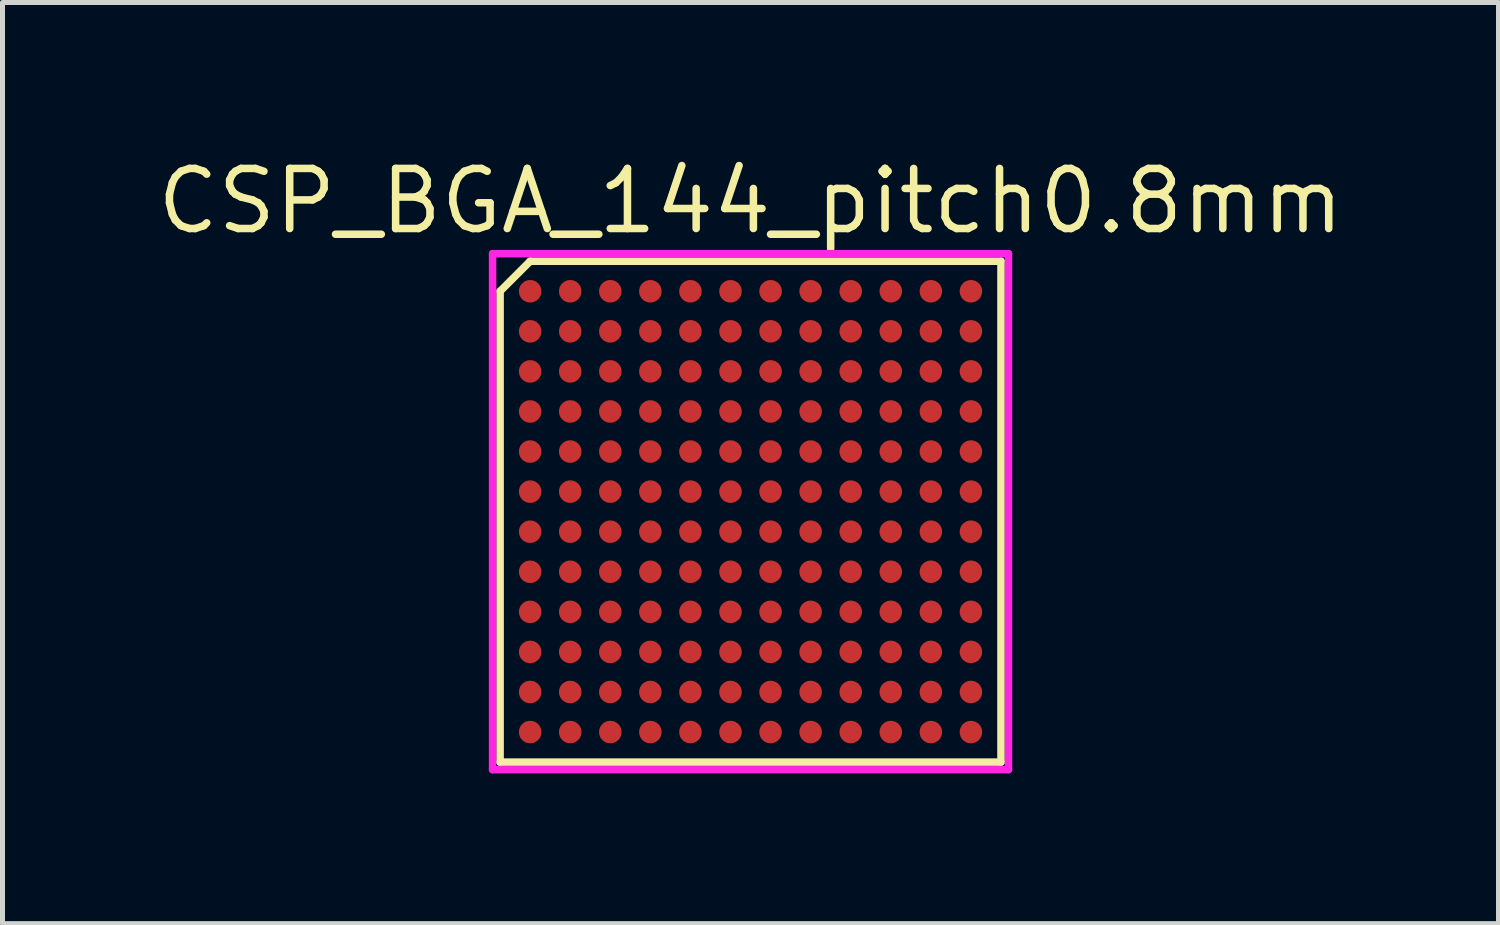
<source format=kicad_pcb>
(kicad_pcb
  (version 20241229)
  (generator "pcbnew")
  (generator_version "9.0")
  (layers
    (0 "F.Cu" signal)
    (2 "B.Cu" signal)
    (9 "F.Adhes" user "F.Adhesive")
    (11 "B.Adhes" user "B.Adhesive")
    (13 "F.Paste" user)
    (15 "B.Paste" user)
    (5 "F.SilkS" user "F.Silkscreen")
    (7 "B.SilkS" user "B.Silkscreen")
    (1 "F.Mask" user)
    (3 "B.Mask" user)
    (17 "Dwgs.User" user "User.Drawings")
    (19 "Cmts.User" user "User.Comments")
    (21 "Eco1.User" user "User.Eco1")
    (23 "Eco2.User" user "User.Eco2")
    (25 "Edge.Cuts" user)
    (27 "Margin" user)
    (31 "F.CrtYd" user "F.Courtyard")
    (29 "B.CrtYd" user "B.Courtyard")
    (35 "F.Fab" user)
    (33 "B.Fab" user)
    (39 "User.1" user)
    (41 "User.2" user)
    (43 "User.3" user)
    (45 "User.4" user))
  (footprint "CSP_BGA_144_pitch0.8mm"
    (layer "F.Cu")
    (at 11.934 7.165)
    (property "Reference" "CSP_BGA_144_pitch0.8mm" (at 0 -6.2 0) (layer "F.SilkS") (effects (font (size 1.2 1.2) (thickness 0.15))))
    (attr through_hole)
    (fp_line (start -5 -4.4) (end -5 5) (stroke (width 0.15) (type solid)) (layer "F.SilkS"))
    (fp_line (start -5 5) (end 5 5) (stroke (width 0.15) (type solid)) (layer "F.SilkS"))
    (fp_line (start -4.4 -5) (end -5 -4.4) (stroke (width 0.15) (type solid)) (layer "F.SilkS"))
    (fp_line (start 5 -5) (end -4.4 -5) (stroke (width 0.15) (type solid)) (layer "F.SilkS"))
    (fp_line (start 5 5) (end 5 -5) (stroke (width 0.15) (type solid)) (layer "F.SilkS"))
    (fp_line (start -5.15 -5.15) (end 5.15 -5.15) (stroke (width 0.15) (type solid)) (layer "F.CrtYd"))
    (fp_line (start -5.15 5.15) (end -5.15 -5.15) (stroke (width 0.15) (type solid)) (layer "F.CrtYd"))
    (fp_line (start 5.15 -5.15) (end 5.15 5.15) (stroke (width 0.15) (type solid)) (layer "F.CrtYd"))
    (fp_line (start 5.15 5.15) (end -5.15 5.15) (stroke (width 0.15) (type solid)) (layer "F.CrtYd"))
    (pad "A1" smd circle (at -4.4 -4.4) (size 0.45 0.45) (layers "F.Cu" "F.Mask" "F.Paste"))
    (pad "A2" smd circle (at -3.6 -4.4) (size 0.45 0.45) (layers "F.Cu" "F.Mask" "F.Paste"))
    (pad "A3" smd circle (at -2.8 -4.4) (size 0.45 0.45) (layers "F.Cu" "F.Mask" "F.Paste"))
    (pad "A4" smd circle (at -2 -4.4) (size 0.45 0.45) (layers "F.Cu" "F.Mask" "F.Paste"))
    (pad "A5" smd circle (at -1.2 -4.4) (size 0.45 0.45) (layers "F.Cu" "F.Mask" "F.Paste"))
    (pad "A6" smd circle (at -0.4 -4.4) (size 0.45 0.45) (layers "F.Cu" "F.Mask" "F.Paste"))
    (pad "A7" smd circle (at 0.4 -4.4) (size 0.45 0.45) (layers "F.Cu" "F.Mask" "F.Paste"))
    (pad "A8" smd circle (at 1.2 -4.4) (size 0.45 0.45) (layers "F.Cu" "F.Mask" "F.Paste"))
    (pad "A9" smd circle (at 2 -4.4) (size 0.45 0.45) (layers "F.Cu" "F.Mask" "F.Paste"))
    (pad "A10" smd circle (at 2.8 -4.4) (size 0.45 0.45) (layers "F.Cu" "F.Mask" "F.Paste"))
    (pad "A11" smd circle (at 3.6 -4.4) (size 0.45 0.45) (layers "F.Cu" "F.Mask" "F.Paste"))
    (pad "A12" smd circle (at 4.4 -4.4) (size 0.45 0.45) (layers "F.Cu" "F.Mask" "F.Paste"))
    (pad "B1" smd circle (at -4.4 -3.6) (size 0.45 0.45) (layers "F.Cu" "F.Mask" "F.Paste"))
    (pad "B2" smd circle (at -3.6 -3.6) (size 0.45 0.45) (layers "F.Cu" "F.Mask" "F.Paste"))
    (pad "B3" smd circle (at -2.8 -3.6) (size 0.45 0.45) (layers "F.Cu" "F.Mask" "F.Paste"))
    (pad "B4" smd circle (at -2 -3.6) (size 0.45 0.45) (layers "F.Cu" "F.Mask" "F.Paste"))
    (pad "B5" smd circle (at -1.2 -3.6) (size 0.45 0.45) (layers "F.Cu" "F.Mask" "F.Paste"))
    (pad "B6" smd circle (at -0.4 -3.6) (size 0.45 0.45) (layers "F.Cu" "F.Mask" "F.Paste"))
    (pad "B7" smd circle (at 0.4 -3.6) (size 0.45 0.45) (layers "F.Cu" "F.Mask" "F.Paste"))
    (pad "B8" smd circle (at 1.2 -3.6) (size 0.45 0.45) (layers "F.Cu" "F.Mask" "F.Paste"))
    (pad "B9" smd circle (at 2 -3.6) (size 0.45 0.45) (layers "F.Cu" "F.Mask" "F.Paste"))
    (pad "B10" smd circle (at 2.8 -3.6) (size 0.45 0.45) (layers "F.Cu" "F.Mask" "F.Paste"))
    (pad "B11" smd circle (at 3.6 -3.6) (size 0.45 0.45) (layers "F.Cu" "F.Mask" "F.Paste"))
    (pad "B12" smd circle (at 4.4 -3.6) (size 0.45 0.45) (layers "F.Cu" "F.Mask" "F.Paste"))
    (pad "C1" smd circle (at -4.4 -2.8) (size 0.45 0.45) (layers "F.Cu" "F.Mask" "F.Paste"))
    (pad "C2" smd circle (at -3.6 -2.8) (size 0.45 0.45) (layers "F.Cu" "F.Mask" "F.Paste"))
    (pad "C3" smd circle (at -2.8 -2.8) (size 0.45 0.45) (layers "F.Cu" "F.Mask" "F.Paste"))
    (pad "C4" smd circle (at -2 -2.8) (size 0.45 0.45) (layers "F.Cu" "F.Mask" "F.Paste"))
    (pad "C5" smd circle (at -1.2 -2.8) (size 0.45 0.45) (layers "F.Cu" "F.Mask" "F.Paste"))
    (pad "C6" smd circle (at -0.4 -2.8) (size 0.45 0.45) (layers "F.Cu" "F.Mask" "F.Paste"))
    (pad "C7" smd circle (at 0.4 -2.8) (size 0.45 0.45) (layers "F.Cu" "F.Mask" "F.Paste"))
    (pad "C8" smd circle (at 1.2 -2.8) (size 0.45 0.45) (layers "F.Cu" "F.Mask" "F.Paste"))
    (pad "C9" smd circle (at 2 -2.8) (size 0.45 0.45) (layers "F.Cu" "F.Mask" "F.Paste"))
    (pad "C10" smd circle (at 2.8 -2.8) (size 0.45 0.45) (layers "F.Cu" "F.Mask" "F.Paste"))
    (pad "C11" smd circle (at 3.6 -2.8) (size 0.45 0.45) (layers "F.Cu" "F.Mask" "F.Paste"))
    (pad "C12" smd circle (at 4.4 -2.8) (size 0.45 0.45) (layers "F.Cu" "F.Mask" "F.Paste"))
    (pad "D1" smd circle (at -4.4 -2) (size 0.45 0.45) (layers "F.Cu" "F.Mask" "F.Paste"))
    (pad "D2" smd circle (at -3.6 -2) (size 0.45 0.45) (layers "F.Cu" "F.Mask" "F.Paste"))
    (pad "D3" smd circle (at -2.8 -2) (size 0.45 0.45) (layers "F.Cu" "F.Mask" "F.Paste"))
    (pad "D4" smd circle (at -2 -2) (size 0.45 0.45) (layers "F.Cu" "F.Mask" "F.Paste"))
    (pad "D5" smd circle (at -1.2 -2) (size 0.45 0.45) (layers "F.Cu" "F.Mask" "F.Paste"))
    (pad "D6" smd circle (at -0.4 -2) (size 0.45 0.45) (layers "F.Cu" "F.Mask" "F.Paste"))
    (pad "D7" smd circle (at 0.4 -2) (size 0.45 0.45) (layers "F.Cu" "F.Mask" "F.Paste"))
    (pad "D8" smd circle (at 1.2 -2) (size 0.45 0.45) (layers "F.Cu" "F.Mask" "F.Paste"))
    (pad "D9" smd circle (at 2 -2) (size 0.45 0.45) (layers "F.Cu" "F.Mask" "F.Paste"))
    (pad "D10" smd circle (at 2.8 -2) (size 0.45 0.45) (layers "F.Cu" "F.Mask" "F.Paste"))
    (pad "D11" smd circle (at 3.6 -2) (size 0.45 0.45) (layers "F.Cu" "F.Mask" "F.Paste"))
    (pad "D12" smd circle (at 4.4 -2) (size 0.45 0.45) (layers "F.Cu" "F.Mask" "F.Paste"))
    (pad "E1" smd circle (at -4.4 -1.2) (size 0.45 0.45) (layers "F.Cu" "F.Mask" "F.Paste"))
    (pad "E2" smd circle (at -3.6 -1.2) (size 0.45 0.45) (layers "F.Cu" "F.Mask" "F.Paste"))
    (pad "E3" smd circle (at -2.8 -1.2) (size 0.45 0.45) (layers "F.Cu" "F.Mask" "F.Paste"))
    (pad "E4" smd circle (at -2 -1.2) (size 0.45 0.45) (layers "F.Cu" "F.Mask" "F.Paste"))
    (pad "E5" smd circle (at -1.2 -1.2) (size 0.45 0.45) (layers "F.Cu" "F.Mask" "F.Paste"))
    (pad "E6" smd circle (at -0.4 -1.2) (size 0.45 0.45) (layers "F.Cu" "F.Mask" "F.Paste"))
    (pad "E7" smd circle (at 0.4 -1.2) (size 0.45 0.45) (layers "F.Cu" "F.Mask" "F.Paste"))
    (pad "E8" smd circle (at 1.2 -1.2) (size 0.45 0.45) (layers "F.Cu" "F.Mask" "F.Paste"))
    (pad "E9" smd circle (at 2 -1.2) (size 0.45 0.45) (layers "F.Cu" "F.Mask" "F.Paste"))
    (pad "E10" smd circle (at 2.8 -1.2) (size 0.45 0.45) (layers "F.Cu" "F.Mask" "F.Paste"))
    (pad "E11" smd circle (at 3.6 -1.2) (size 0.45 0.45) (layers "F.Cu" "F.Mask" "F.Paste"))
    (pad "E12" smd circle (at 4.4 -1.2) (size 0.45 0.45) (layers "F.Cu" "F.Mask" "F.Paste"))
    (pad "F1" smd circle (at -4.4 -0.4) (size 0.45 0.45) (layers "F.Cu" "F.Mask" "F.Paste"))
    (pad "F2" smd circle (at -3.6 -0.4) (size 0.45 0.45) (layers "F.Cu" "F.Mask" "F.Paste"))
    (pad "F3" smd circle (at -2.8 -0.4) (size 0.45 0.45) (layers "F.Cu" "F.Mask" "F.Paste"))
    (pad "F4" smd circle (at -2 -0.4) (size 0.45 0.45) (layers "F.Cu" "F.Mask" "F.Paste"))
    (pad "F5" smd circle (at -1.2 -0.4) (size 0.45 0.45) (layers "F.Cu" "F.Mask" "F.Paste"))
    (pad "F6" smd circle (at -0.4 -0.4) (size 0.45 0.45) (layers "F.Cu" "F.Mask" "F.Paste"))
    (pad "F7" smd circle (at 0.4 -0.4) (size 0.45 0.45) (layers "F.Cu" "F.Mask" "F.Paste"))
    (pad "F8" smd circle (at 1.2 -0.4) (size 0.45 0.45) (layers "F.Cu" "F.Mask" "F.Paste"))
    (pad "F9" smd circle (at 2 -0.4) (size 0.45 0.45) (layers "F.Cu" "F.Mask" "F.Paste"))
    (pad "F10" smd circle (at 2.8 -0.4) (size 0.45 0.45) (layers "F.Cu" "F.Mask" "F.Paste"))
    (pad "F11" smd circle (at 3.6 -0.4) (size 0.45 0.45) (layers "F.Cu" "F.Mask" "F.Paste"))
    (pad "F12" smd circle (at 4.4 -0.4) (size 0.45 0.45) (layers "F.Cu" "F.Mask" "F.Paste"))
    (pad "G1" smd circle (at -4.4 0.4) (size 0.45 0.45) (layers "F.Cu" "F.Mask" "F.Paste"))
    (pad "G2" smd circle (at -3.6 0.4) (size 0.45 0.45) (layers "F.Cu" "F.Mask" "F.Paste"))
    (pad "G3" smd circle (at -2.8 0.4) (size 0.45 0.45) (layers "F.Cu" "F.Mask" "F.Paste"))
    (pad "G4" smd circle (at -2 0.4) (size 0.45 0.45) (layers "F.Cu" "F.Mask" "F.Paste"))
    (pad "G5" smd circle (at -1.2 0.4) (size 0.45 0.45) (layers "F.Cu" "F.Mask" "F.Paste"))
    (pad "G6" smd circle (at -0.4 0.4) (size 0.45 0.45) (layers "F.Cu" "F.Mask" "F.Paste"))
    (pad "G7" smd circle (at 0.4 0.4) (size 0.45 0.45) (layers "F.Cu" "F.Mask" "F.Paste"))
    (pad "G8" smd circle (at 1.2 0.4) (size 0.45 0.45) (layers "F.Cu" "F.Mask" "F.Paste"))
    (pad "G9" smd circle (at 2 0.4) (size 0.45 0.45) (layers "F.Cu" "F.Mask" "F.Paste"))
    (pad "G10" smd circle (at 2.8 0.4) (size 0.45 0.45) (layers "F.Cu" "F.Mask" "F.Paste"))
    (pad "G11" smd circle (at 3.6 0.4) (size 0.45 0.45) (layers "F.Cu" "F.Mask" "F.Paste"))
    (pad "G12" smd circle (at 4.4 0.4) (size 0.45 0.45) (layers "F.Cu" "F.Mask" "F.Paste"))
    (pad "H1" smd circle (at -4.4 1.2) (size 0.45 0.45) (layers "F.Cu" "F.Mask" "F.Paste"))
    (pad "H2" smd circle (at -3.6 1.2) (size 0.45 0.45) (layers "F.Cu" "F.Mask" "F.Paste"))
    (pad "H3" smd circle (at -2.8 1.2) (size 0.45 0.45) (layers "F.Cu" "F.Mask" "F.Paste"))
    (pad "H4" smd circle (at -2 1.2) (size 0.45 0.45) (layers "F.Cu" "F.Mask" "F.Paste"))
    (pad "H5" smd circle (at -1.2 1.2) (size 0.45 0.45) (layers "F.Cu" "F.Mask" "F.Paste"))
    (pad "H6" smd circle (at -0.4 1.2) (size 0.45 0.45) (layers "F.Cu" "F.Mask" "F.Paste"))
    (pad "H7" smd circle (at 0.4 1.2) (size 0.45 0.45) (layers "F.Cu" "F.Mask" "F.Paste"))
    (pad "H8" smd circle (at 1.2 1.2) (size 0.45 0.45) (layers "F.Cu" "F.Mask" "F.Paste"))
    (pad "H9" smd circle (at 2 1.2) (size 0.45 0.45) (layers "F.Cu" "F.Mask" "F.Paste"))
    (pad "H10" smd circle (at 2.8 1.2) (size 0.45 0.45) (layers "F.Cu" "F.Mask" "F.Paste"))
    (pad "H11" smd circle (at 3.6 1.2) (size 0.45 0.45) (layers "F.Cu" "F.Mask" "F.Paste"))
    (pad "H12" smd circle (at 4.4 1.2) (size 0.45 0.45) (layers "F.Cu" "F.Mask" "F.Paste"))
    (pad "J1" smd circle (at -4.4 2) (size 0.45 0.45) (layers "F.Cu" "F.Mask" "F.Paste"))
    (pad "J2" smd circle (at -3.6 2) (size 0.45 0.45) (layers "F.Cu" "F.Mask" "F.Paste"))
    (pad "J3" smd circle (at -2.8 2) (size 0.45 0.45) (layers "F.Cu" "F.Mask" "F.Paste"))
    (pad "J4" smd circle (at -2 2) (size 0.45 0.45) (layers "F.Cu" "F.Mask" "F.Paste"))
    (pad "J5" smd circle (at -1.2 2) (size 0.45 0.45) (layers "F.Cu" "F.Mask" "F.Paste"))
    (pad "J6" smd circle (at -0.4 2) (size 0.45 0.45) (layers "F.Cu" "F.Mask" "F.Paste"))
    (pad "J7" smd circle (at 0.4 2) (size 0.45 0.45) (layers "F.Cu" "F.Mask" "F.Paste"))
    (pad "J8" smd circle (at 1.2 2) (size 0.45 0.45) (layers "F.Cu" "F.Mask" "F.Paste"))
    (pad "J9" smd circle (at 2 2) (size 0.45 0.45) (layers "F.Cu" "F.Mask" "F.Paste"))
    (pad "J10" smd circle (at 2.8 2) (size 0.45 0.45) (layers "F.Cu" "F.Mask" "F.Paste"))
    (pad "J11" smd circle (at 3.6 2) (size 0.45 0.45) (layers "F.Cu" "F.Mask" "F.Paste"))
    (pad "J12" smd circle (at 4.4 2) (size 0.45 0.45) (layers "F.Cu" "F.Mask" "F.Paste"))
    (pad "K1" smd circle (at -4.4 2.8) (size 0.45 0.45) (layers "F.Cu" "F.Mask" "F.Paste"))
    (pad "K2" smd circle (at -3.6 2.8) (size 0.45 0.45) (layers "F.Cu" "F.Mask" "F.Paste"))
    (pad "K3" smd circle (at -2.8 2.8) (size 0.45 0.45) (layers "F.Cu" "F.Mask" "F.Paste"))
    (pad "K4" smd circle (at -2 2.8) (size 0.45 0.45) (layers "F.Cu" "F.Mask" "F.Paste"))
    (pad "K5" smd circle (at -1.2 2.8) (size 0.45 0.45) (layers "F.Cu" "F.Mask" "F.Paste"))
    (pad "K6" smd circle (at -0.4 2.8) (size 0.45 0.45) (layers "F.Cu" "F.Mask" "F.Paste"))
    (pad "K7" smd circle (at 0.4 2.8) (size 0.45 0.45) (layers "F.Cu" "F.Mask" "F.Paste"))
    (pad "K8" smd circle (at 1.2 2.8) (size 0.45 0.45) (layers "F.Cu" "F.Mask" "F.Paste"))
    (pad "K9" smd circle (at 2 2.8) (size 0.45 0.45) (layers "F.Cu" "F.Mask" "F.Paste"))
    (pad "K10" smd circle (at 2.8 2.8) (size 0.45 0.45) (layers "F.Cu" "F.Mask" "F.Paste"))
    (pad "K11" smd circle (at 3.6 2.8) (size 0.45 0.45) (layers "F.Cu" "F.Mask" "F.Paste"))
    (pad "K12" smd circle (at 4.4 2.8) (size 0.45 0.45) (layers "F.Cu" "F.Mask" "F.Paste"))
    (pad "L1" smd circle (at -4.4 3.6) (size 0.45 0.45) (layers "F.Cu" "F.Mask" "F.Paste"))
    (pad "L2" smd circle (at -3.6 3.6) (size 0.45 0.45) (layers "F.Cu" "F.Mask" "F.Paste"))
    (pad "L3" smd circle (at -2.8 3.6) (size 0.45 0.45) (layers "F.Cu" "F.Mask" "F.Paste"))
    (pad "L4" smd circle (at -2 3.6) (size 0.45 0.45) (layers "F.Cu" "F.Mask" "F.Paste"))
    (pad "L5" smd circle (at -1.2 3.6) (size 0.45 0.45) (layers "F.Cu" "F.Mask" "F.Paste"))
    (pad "L6" smd circle (at -0.4 3.6) (size 0.45 0.45) (layers "F.Cu" "F.Mask" "F.Paste"))
    (pad "L7" smd circle (at 0.4 3.6) (size 0.45 0.45) (layers "F.Cu" "F.Mask" "F.Paste"))
    (pad "L8" smd circle (at 1.2 3.6) (size 0.45 0.45) (layers "F.Cu" "F.Mask" "F.Paste"))
    (pad "L9" smd circle (at 2 3.6) (size 0.45 0.45) (layers "F.Cu" "F.Mask" "F.Paste"))
    (pad "L10" smd circle (at 2.8 3.6) (size 0.45 0.45) (layers "F.Cu" "F.Mask" "F.Paste"))
    (pad "L11" smd circle (at 3.6 3.6) (size 0.45 0.45) (layers "F.Cu" "F.Mask" "F.Paste"))
    (pad "L12" smd circle (at 4.4 3.6) (size 0.45 0.45) (layers "F.Cu" "F.Mask" "F.Paste"))
    (pad "M1" smd circle (at -4.4 4.4) (size 0.45 0.45) (layers "F.Cu" "F.Mask" "F.Paste"))
    (pad "M2" smd circle (at -3.6 4.4) (size 0.45 0.45) (layers "F.Cu" "F.Mask" "F.Paste"))
    (pad "M3" smd circle (at -2.8 4.4) (size 0.45 0.45) (layers "F.Cu" "F.Mask" "F.Paste"))
    (pad "M4" smd circle (at -2 4.4) (size 0.45 0.45) (layers "F.Cu" "F.Mask" "F.Paste"))
    (pad "M5" smd circle (at -1.2 4.4) (size 0.45 0.45) (layers "F.Cu" "F.Mask" "F.Paste"))
    (pad "M6" smd circle (at -0.4 4.4) (size 0.45 0.45) (layers "F.Cu" "F.Mask" "F.Paste"))
    (pad "M7" smd circle (at 0.4 4.4) (size 0.45 0.45) (layers "F.Cu" "F.Mask" "F.Paste"))
    (pad "M8" smd circle (at 1.2 4.4) (size 0.45 0.45) (layers "F.Cu" "F.Mask" "F.Paste"))
    (pad "M9" smd circle (at 2 4.4) (size 0.45 0.45) (layers "F.Cu" "F.Mask" "F.Paste"))
    (pad "M10" smd circle (at 2.8 4.4) (size 0.45 0.45) (layers "F.Cu" "F.Mask" "F.Paste"))
    (pad "M11" smd circle (at 3.6 4.4) (size 0.45 0.45) (layers "F.Cu" "F.Mask" "F.Paste"))
    (pad "M12" smd circle (at 4.4 4.4) (size 0.45 0.45) (layers "F.Cu" "F.Mask" "F.Paste")))
  (gr_rect
    (start -3 -3)
    (end 26.867 15.39)
    (stroke (width 0.1) (type default))
    (fill no)
    (layer "Edge.Cuts")))
</source>
